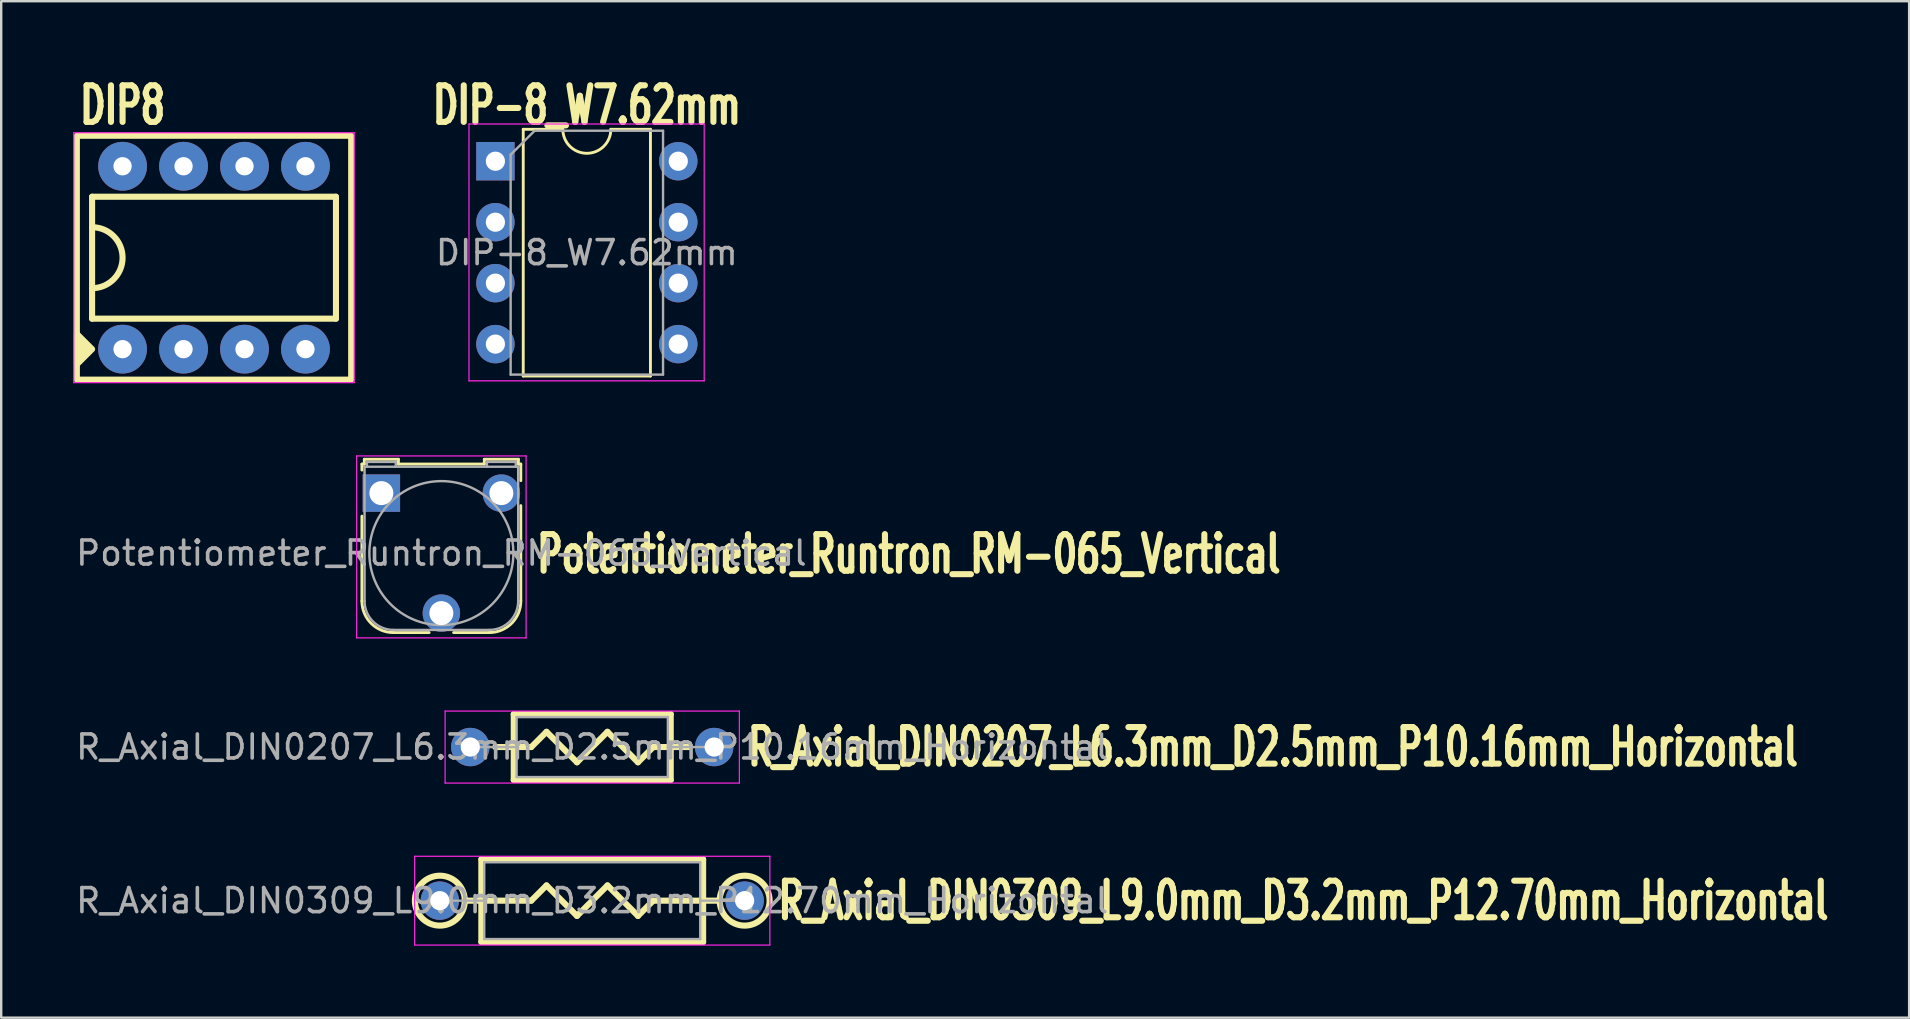
<source format=kicad_pcb>
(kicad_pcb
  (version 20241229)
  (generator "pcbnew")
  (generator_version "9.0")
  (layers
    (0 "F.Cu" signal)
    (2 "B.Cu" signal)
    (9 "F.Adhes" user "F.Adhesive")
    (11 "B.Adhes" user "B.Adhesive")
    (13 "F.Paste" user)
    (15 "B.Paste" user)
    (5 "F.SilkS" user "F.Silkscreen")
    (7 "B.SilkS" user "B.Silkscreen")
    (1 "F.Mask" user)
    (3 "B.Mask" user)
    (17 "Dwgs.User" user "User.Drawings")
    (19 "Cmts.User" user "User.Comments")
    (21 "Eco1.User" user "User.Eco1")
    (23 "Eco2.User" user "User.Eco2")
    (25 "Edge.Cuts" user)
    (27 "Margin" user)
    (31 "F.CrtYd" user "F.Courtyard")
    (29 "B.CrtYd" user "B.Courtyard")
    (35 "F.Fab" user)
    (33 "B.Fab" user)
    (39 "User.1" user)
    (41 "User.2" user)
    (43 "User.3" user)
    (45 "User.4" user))
  (footprint "DIP-8_W7.62mm"
    (layer "F.Cu")
    (at 17.59 3.667)
    (property "Reference" "DIP-8_W7.62mm" (at 3.81 -2.33 0) (layer "F.SilkS") (effects (font (size 1.524 1.016) (thickness 0.254))))
    (attr through_hole)
    (fp_line (start 1.16 -1.33) (end 1.16 8.95) (stroke (width 0.12) (type solid)) (layer "F.SilkS"))
    (fp_line (start 1.16 8.95) (end 6.46 8.95) (stroke (width 0.12) (type solid)) (layer "F.SilkS"))
    (fp_line (start 2.81 -1.33) (end 1.16 -1.33) (stroke (width 0.12) (type solid)) (layer "F.SilkS"))
    (fp_line (start 6.46 -1.33) (end 4.81 -1.33) (stroke (width 0.12) (type solid)) (layer "F.SilkS"))
    (fp_line (start 6.46 8.95) (end 6.46 -1.33) (stroke (width 0.12) (type solid)) (layer "F.SilkS"))
    (fp_arc (start 4.81 -1.33) (mid 3.81 -0.33) (end 2.81 -1.33) (stroke (width 0.12) (type solid)) (layer "F.SilkS"))
    (fp_line (start -1.1 -1.55) (end -1.1 9.15) (stroke (width 0.05) (type solid)) (layer "F.CrtYd"))
    (fp_line (start -1.1 9.15) (end 8.7 9.15) (stroke (width 0.05) (type solid)) (layer "F.CrtYd"))
    (fp_line (start 8.7 -1.55) (end -1.1 -1.55) (stroke (width 0.05) (type solid)) (layer "F.CrtYd"))
    (fp_line (start 8.7 9.15) (end 8.7 -1.55) (stroke (width 0.05) (type solid)) (layer "F.CrtYd"))
    (fp_line (start 0.635 -0.27) (end 1.635 -1.27) (stroke (width 0.1) (type solid)) (layer "F.Fab"))
    (fp_line (start 0.635 8.89) (end 0.635 -0.27) (stroke (width 0.1) (type solid)) (layer "F.Fab"))
    (fp_line (start 1.635 -1.27) (end 6.985 -1.27) (stroke (width 0.1) (type solid)) (layer "F.Fab"))
    (fp_line (start 6.985 -1.27) (end 6.985 8.89) (stroke (width 0.1) (type solid)) (layer "F.Fab"))
    (fp_line (start 6.985 8.89) (end 0.635 8.89) (stroke (width 0.1) (type solid)) (layer "F.Fab"))
    (fp_text user "${REFERENCE}" (at 3.81 3.81 0) (layer "F.Fab") (effects (font (size 1 1) (thickness 0.15))))
    (pad "1" thru_hole rect (at 0 0) (size 1.6 1.6) (drill 0.8) (layers "*.Cu" "*.Mask"))
    (pad "2" thru_hole oval (at 0 2.54) (size 1.6 1.6) (drill 0.8) (layers "*.Cu" "*.Mask"))
    (pad "3" thru_hole oval (at 0 5.08) (size 1.6 1.6) (drill 0.8) (layers "*.Cu" "*.Mask"))
    (pad "4" thru_hole oval (at 0 7.62) (size 1.6 1.6) (drill 0.8) (layers "*.Cu" "*.Mask"))
    (pad "5" thru_hole oval (at 7.62 7.62) (size 1.6 1.6) (drill 0.8) (layers "*.Cu" "*.Mask"))
    (pad "6" thru_hole oval (at 7.62 5.08) (size 1.6 1.6) (drill 0.8) (layers "*.Cu" "*.Mask"))
    (pad "7" thru_hole oval (at 7.62 2.54) (size 1.6 1.6) (drill 0.8) (layers "*.Cu" "*.Mask"))
    (pad "8" thru_hole oval (at 7.62 0) (size 1.6 1.6) (drill 0.8) (layers "*.Cu" "*.Mask")))
  (footprint "R_Axial_DIN0207_L6.3mm_D2.5mm_P10.16mm_Horizontal"
    (layer "F.Cu")
    (at 16.545 28.075)
    (property "Reference" "R_Axial_DIN0207_L6.3mm_D2.5mm_P10.16mm_Horizontal" (at 11.43 0 0) (layer "F.SilkS") (effects (font (size 1.524 1.016) (thickness 0.254)) (justify left)))
    (attr through_hole)
    (fp_line (start 1.04 0) (end 1.81 0) (stroke (width 0.254) (type solid)) (layer "F.SilkS"))
    (fp_line (start 1.81 -1.37) (end 1.81 1.37) (stroke (width 0.254) (type solid)) (layer "F.SilkS"))
    (fp_line (start 1.81 0) (end 2.54 0) (stroke (width 0.254) (type solid)) (layer "F.SilkS"))
    (fp_line (start 1.81 1.37) (end 8.35 1.37) (stroke (width 0.254) (type solid)) (layer "F.SilkS"))
    (fp_line (start 2.54 0) (end 3.175 -0.635) (stroke (width 0.254) (type solid)) (layer "F.SilkS"))
    (fp_line (start 3.175 -0.635) (end 4.445 0.635) (stroke (width 0.254) (type solid)) (layer "F.SilkS"))
    (fp_line (start 4.445 0.635) (end 5.715 -0.635) (stroke (width 0.254) (type solid)) (layer "F.SilkS"))
    (fp_line (start 5.715 -0.635) (end 6.985 0.635) (stroke (width 0.254) (type solid)) (layer "F.SilkS"))
    (fp_line (start 6.985 0.635) (end 7.62 0) (stroke (width 0.254) (type solid)) (layer "F.SilkS"))
    (fp_line (start 7.62 0) (end 8.35 0) (stroke (width 0.254) (type solid)) (layer "F.SilkS"))
    (fp_line (start 8.35 -1.37) (end 1.81 -1.37) (stroke (width 0.254) (type solid)) (layer "F.SilkS"))
    (fp_line (start 8.35 1.37) (end 8.35 -1.37) (stroke (width 0.254) (type solid)) (layer "F.SilkS"))
    (fp_line (start 9.12 0) (end 8.35 0) (stroke (width 0.254) (type solid)) (layer "F.SilkS"))
    (fp_line (start -1.05 -1.5) (end -1.05 1.5) (stroke (width 0.05) (type solid)) (layer "F.CrtYd"))
    (fp_line (start -1.05 1.5) (end 11.21 1.5) (stroke (width 0.05) (type solid)) (layer "F.CrtYd"))
    (fp_line (start 11.21 -1.5) (end -1.05 -1.5) (stroke (width 0.05) (type solid)) (layer "F.CrtYd"))
    (fp_line (start 11.21 1.5) (end 11.21 -1.5) (stroke (width 0.05) (type solid)) (layer "F.CrtYd"))
    (fp_line (start 0 0) (end 1.93 0) (stroke (width 0.1) (type solid)) (layer "F.Fab"))
    (fp_line (start 1.93 -1.25) (end 1.93 1.25) (stroke (width 0.1) (type solid)) (layer "F.Fab"))
    (fp_line (start 1.93 1.25) (end 8.23 1.25) (stroke (width 0.1) (type solid)) (layer "F.Fab"))
    (fp_line (start 8.23 -1.25) (end 1.93 -1.25) (stroke (width 0.1) (type solid)) (layer "F.Fab"))
    (fp_line (start 8.23 1.25) (end 8.23 -1.25) (stroke (width 0.1) (type solid)) (layer "F.Fab"))
    (fp_line (start 10.16 0) (end 8.23 0) (stroke (width 0.1) (type solid)) (layer "F.Fab"))
    (fp_text user "${REFERENCE}" (at 5.08 0 0) (layer "F.Fab") (effects (font (size 1 1) (thickness 0.15))))
    (pad "1" thru_hole circle (at 0 0) (size 1.6 1.6) (drill 0.8) (layers "*.Cu" "*.Mask"))
    (pad "2" thru_hole oval (at 10.16 0) (size 1.6 1.6) (drill 0.8) (layers "*.Cu" "*.Mask")))
  (footprint "DIP8"
    (layer "F.Cu")
    (at 5.867 7.687)
    (property "Reference" "DIP8" (at -3.81 -6.35 0) (layer "F.SilkS") (effects (font (size 1.524 1.016) (thickness 0.254))))
    (attr through_hole)
    (fp_line (start -5.08 -2.54) (end -5.08 2.54) (stroke (width 0.254) (type solid)) (layer "F.SilkS"))
    (fp_line (start -5.08 2.54) (end 5.08 2.54) (stroke (width 0.254) (type solid)) (layer "F.SilkS"))
    (fp_line (start 5.08 -2.54) (end -5.08 -2.54) (stroke (width 0.254) (type solid)) (layer "F.SilkS"))
    (fp_line (start 5.08 2.54) (end 5.08 -2.54) (stroke (width 0.254) (type solid)) (layer "F.SilkS"))
    (fp_rect (start 5.715 -5.08) (end -5.715 5.08) (stroke (width 0.254) (type solid)) (fill no) (layer "F.SilkS"))
    (fp_arc (start -5.08 -1.27) (mid -3.81 0) (end -5.08 1.27) (stroke (width 0.254) (type solid)) (layer "F.SilkS"))
    (fp_poly (pts (xy -5.08 3.81) (xy -5.715 4.445) (xy -5.715 3.175)) (stroke (width 0.254) (type solid)) (fill yes) (layer "F.SilkS"))
    (fp_line (start -5.842 -5.207) (end -5.842 5.207) (stroke (width 0.051) (type solid)) (layer "F.CrtYd"))
    (fp_line (start -5.842 5.207) (end 5.842 5.207) (stroke (width 0.051) (type solid)) (layer "F.CrtYd"))
    (fp_line (start 5.842 -5.207) (end -5.842 -5.207) (stroke (width 0.051) (type solid)) (layer "F.CrtYd"))
    (fp_line (start 5.842 5.207) (end 5.842 -5.207) (stroke (width 0.051) (type solid)) (layer "F.CrtYd"))
    (pad "1" thru_hole circle (at -3.81 3.81) (size 2.032 2.032) (drill 0.762) (layers "*.Cu" "*.Mask"))
    (pad "2" thru_hole circle (at -1.27 3.81) (size 2.032 2.032) (drill 0.762) (layers "*.Cu" "*.Mask"))
    (pad "3" thru_hole circle (at 1.27 3.81) (size 2.032 2.032) (drill 0.762) (layers "*.Cu" "*.Mask"))
    (pad "4" thru_hole circle (at 3.81 3.81) (size 2.032 2.032) (drill 0.762) (layers "*.Cu" "*.Mask"))
    (pad "5" thru_hole circle (at 3.81 -3.81) (size 2.032 2.032) (drill 0.762) (layers "*.Cu" "*.Mask"))
    (pad "6" thru_hole circle (at 1.27 -3.81) (size 2.032 2.032) (drill 0.762) (layers "*.Cu" "*.Mask"))
    (pad "7" thru_hole circle (at -1.27 -3.81) (size 2.032 2.032) (drill 0.762) (layers "*.Cu" "*.Mask"))
    (pad "8" thru_hole circle (at -3.81 -3.81) (size 2.032 2.032) (drill 0.762) (layers "*.Cu" "*.Mask")))
  (footprint "Potentiometer_Runtron_RM-065_Vertical"
    (layer "F.Cu")
    (at 12.839 17.495)
    (property "Reference" "Potentiometer_Runtron_RM-065_Vertical" (at 6.35 2.54 0) (layer "F.SilkS") (effects (font (size 1.524 1.016) (thickness 0.254)) (justify left)))
    (attr through_hole)
    (fp_line (start -0.81 -1.21) (end -0.81 -0.96) (stroke (width 0.12) (type solid)) (layer "F.SilkS"))
    (fp_line (start -0.81 4.5) (end -0.81 0.96) (stroke (width 0.12) (type solid)) (layer "F.SilkS"))
    (fp_line (start -0.71 -1.41) (end -0.71 -1.21) (stroke (width 0.12) (type solid)) (layer "F.SilkS"))
    (fp_line (start -0.71 -1.41) (end 0.71 -1.41) (stroke (width 0.12) (type solid)) (layer "F.SilkS"))
    (fp_line (start -0.71 -1.21) (end -0.81 -1.21) (stroke (width 0.12) (type solid)) (layer "F.SilkS"))
    (fp_line (start 0.71 -1.21) (end 0.71 -1.41) (stroke (width 0.12) (type solid)) (layer "F.SilkS"))
    (fp_line (start 0.71 -1.21) (end 4.29 -1.21) (stroke (width 0.12) (type solid)) (layer "F.SilkS"))
    (fp_line (start 1.99 5.81) (end 0.5 5.81) (stroke (width 0.12) (type solid)) (layer "F.SilkS"))
    (fp_line (start 4.29 -1.41) (end 5.71 -1.41) (stroke (width 0.12) (type solid)) (layer "F.SilkS"))
    (fp_line (start 4.29 -1.21) (end 4.29 -1.41) (stroke (width 0.12) (type solid)) (layer "F.SilkS"))
    (fp_line (start 4.5 5.81) (end 3.01 5.81) (stroke (width 0.12) (type solid)) (layer "F.SilkS"))
    (fp_line (start 5.71 -1.41) (end 5.71 -1.21) (stroke (width 0.12) (type solid)) (layer "F.SilkS"))
    (fp_line (start 5.71 -1.21) (end 5.81 -1.21) (stroke (width 0.12) (type solid)) (layer "F.SilkS"))
    (fp_line (start 5.81 -1.21) (end 5.81 -0.52) (stroke (width 0.12) (type solid)) (layer "F.SilkS"))
    (fp_line (start 5.81 0.52) (end 5.81 4.5) (stroke (width 0.12) (type solid)) (layer "F.SilkS"))
    (fp_arc (start 0.5 5.81) (mid -0.42631 5.42631) (end -0.81 4.5) (stroke (width 0.12) (type solid)) (layer "F.SilkS"))
    (fp_arc (start 5.81 4.5) (mid 5.42631 5.42631) (end 4.5 5.81) (stroke (width 0.12) (type solid)) (layer "F.SilkS"))
    (fp_line (start -1.03 -1.55) (end -1.03 6.03) (stroke (width 0.05) (type solid)) (layer "F.CrtYd"))
    (fp_line (start -1.03 -1.55) (end 6.03 -1.55) (stroke (width 0.05) (type solid)) (layer "F.CrtYd"))
    (fp_line (start 6.03 6.03) (end -1.03 6.03) (stroke (width 0.05) (type solid)) (layer "F.CrtYd"))
    (fp_line (start 6.03 6.03) (end 6.03 -1.55) (stroke (width 0.05) (type solid)) (layer "F.CrtYd"))
    (fp_line (start -0.7 4.5) (end -0.7 -1.1) (stroke (width 0.1) (type solid)) (layer "F.Fab"))
    (fp_line (start -0.6 -1.3) (end 0.6 -1.3) (stroke (width 0.1) (type solid)) (layer "F.Fab"))
    (fp_line (start -0.6 -1.1) (end -0.6 -1.3) (stroke (width 0.1) (type solid)) (layer "F.Fab"))
    (fp_line (start 0.5 5.7) (end 4.5 5.7) (stroke (width 0.1) (type solid)) (layer "F.Fab"))
    (fp_line (start 0.6 -1.3) (end 0.6 -1.1) (stroke (width 0.1) (type solid)) (layer "F.Fab"))
    (fp_line (start 4.4 -1.3) (end 4.4 -1.1) (stroke (width 0.1) (type solid)) (layer "F.Fab"))
    (fp_line (start 5.6 -1.3) (end 4.41 -1.3) (stroke (width 0.1) (type solid)) (layer "F.Fab"))
    (fp_line (start 5.6 -1.1) (end 5.6 -1.3) (stroke (width 0.1) (type solid)) (layer "F.Fab"))
    (fp_line (start 5.7 -1.1) (end -0.7 -1.1) (stroke (width 0.1) (type solid)) (layer "F.Fab"))
    (fp_line (start 5.7 4.5) (end 5.7 -1.1) (stroke (width 0.1) (type solid)) (layer "F.Fab"))
    (fp_arc (start 0.5 5.7) (mid -0.348528 5.348528) (end -0.7 4.5) (stroke (width 0.1) (type solid)) (layer "F.Fab"))
    (fp_arc (start 5.7 4.5) (mid 5.348528 5.348528) (end 4.5 5.7) (stroke (width 0.1) (type solid)) (layer "F.Fab"))
    (fp_circle (center 2.5 2.5) (end 5.5 2.5) (stroke (width 0.1) (type solid)) (fill no) (layer "F.Fab"))
    (fp_text user "${REFERENCE}" (at 2.5 2.5 0) (layer "F.Fab") (effects (font (size 1 1) (thickness 0.15))))
    (pad "1" thru_hole rect (at 0 0) (size 1.56 1.56) (drill 1) (layers "*.Cu" "*.Mask"))
    (pad "2" thru_hole circle (at 2.5 5) (size 1.56 1.56) (drill 1) (layers "*.Cu" "*.Mask"))
    (pad "3" thru_hole circle (at 5 0) (size 1.56 1.56) (drill 1) (layers "*.Cu" "*.Mask")))
  (footprint "R_Axial_DIN0309_L9.0mm_D3.2mm_P12.70mm_Horizontal"
    (layer "F.Cu")
    (at 15.275 34.475)
    (property "Reference" "R_Axial_DIN0309_L9.0mm_D3.2mm_P12.70mm_Horizontal" (at 13.97 0 0) (layer "F.SilkS") (effects (font (size 1.524 1.016) (thickness 0.254)) (justify left)))
    (attr through_hole)
    (fp_line (start 1.04 0) (end 1.73 0) (stroke (width 0.254) (type solid)) (layer "F.SilkS"))
    (fp_line (start 1.73 -1.72) (end 1.73 1.72) (stroke (width 0.254) (type solid)) (layer "F.SilkS"))
    (fp_line (start 1.73 1.72) (end 10.97 1.72) (stroke (width 0.254) (type solid)) (layer "F.SilkS"))
    (fp_line (start 3.81 0) (end 1.73 0) (stroke (width 0.254) (type solid)) (layer "F.SilkS"))
    (fp_line (start 4.445 -0.635) (end 3.81 0) (stroke (width 0.254) (type solid)) (layer "F.SilkS"))
    (fp_line (start 5.715 0.635) (end 4.445 -0.635) (stroke (width 0.254) (type solid)) (layer "F.SilkS"))
    (fp_line (start 6.985 -0.635) (end 5.715 0.635) (stroke (width 0.254) (type solid)) (layer "F.SilkS"))
    (fp_line (start 6.985 -0.635) (end 8.255 0.635) (stroke (width 0.254) (type solid)) (layer "F.SilkS"))
    (fp_line (start 8.255 0.635) (end 8.89 0) (stroke (width 0.254) (type solid)) (layer "F.SilkS"))
    (fp_line (start 8.89 0) (end 10.97 0) (stroke (width 0.254) (type solid)) (layer "F.SilkS"))
    (fp_line (start 10.97 -1.72) (end 1.73 -1.72) (stroke (width 0.254) (type solid)) (layer "F.SilkS"))
    (fp_line (start 10.97 1.72) (end 10.97 -1.72) (stroke (width 0.254) (type solid)) (layer "F.SilkS"))
    (fp_line (start 11.66 0) (end 10.97 0) (stroke (width 0.254) (type solid)) (layer "F.SilkS"))
    (fp_circle (center 0 0) (end 1.04 0) (stroke (width 0.254) (type solid)) (fill no) (layer "F.SilkS"))
    (fp_circle (center 12.7 0) (end 11.66 0) (stroke (width 0.254) (type solid)) (fill no) (layer "F.SilkS"))
    (fp_line (start -1.05 -1.85) (end -1.05 1.85) (stroke (width 0.05) (type solid)) (layer "F.CrtYd"))
    (fp_line (start -1.05 1.85) (end 13.75 1.85) (stroke (width 0.05) (type solid)) (layer "F.CrtYd"))
    (fp_line (start 13.75 -1.85) (end -1.05 -1.85) (stroke (width 0.05) (type solid)) (layer "F.CrtYd"))
    (fp_line (start 13.75 1.85) (end 13.75 -1.85) (stroke (width 0.05) (type solid)) (layer "F.CrtYd"))
    (fp_line (start 0 0) (end 1.85 0) (stroke (width 0.1) (type solid)) (layer "F.Fab"))
    (fp_line (start 1.85 -1.6) (end 1.85 1.6) (stroke (width 0.1) (type solid)) (layer "F.Fab"))
    (fp_line (start 1.85 1.6) (end 10.85 1.6) (stroke (width 0.1) (type solid)) (layer "F.Fab"))
    (fp_line (start 10.85 -1.6) (end 1.85 -1.6) (stroke (width 0.1) (type solid)) (layer "F.Fab"))
    (fp_line (start 10.85 1.6) (end 10.85 -1.6) (stroke (width 0.1) (type solid)) (layer "F.Fab"))
    (fp_line (start 12.7 0) (end 10.85 0) (stroke (width 0.1) (type solid)) (layer "F.Fab"))
    (fp_text user "${REFERENCE}" (at 6.35 0 0) (layer "F.Fab") (effects (font (size 1 1) (thickness 0.15))))
    (pad "1" thru_hole circle (at 0 0) (size 1.6 1.6) (drill 0.8) (layers "*.Cu" "*.Mask"))
    (pad "2" thru_hole oval (at 12.7 0) (size 1.6 1.6) (drill 0.8) (layers "*.Cu" "*.Mask")))
  (gr_rect
    (start -3 -3)
    (end 76.492 39.35)
    (stroke (width 0.1) (type default))
    (fill no)
    (layer "Edge.Cuts")))
</source>
